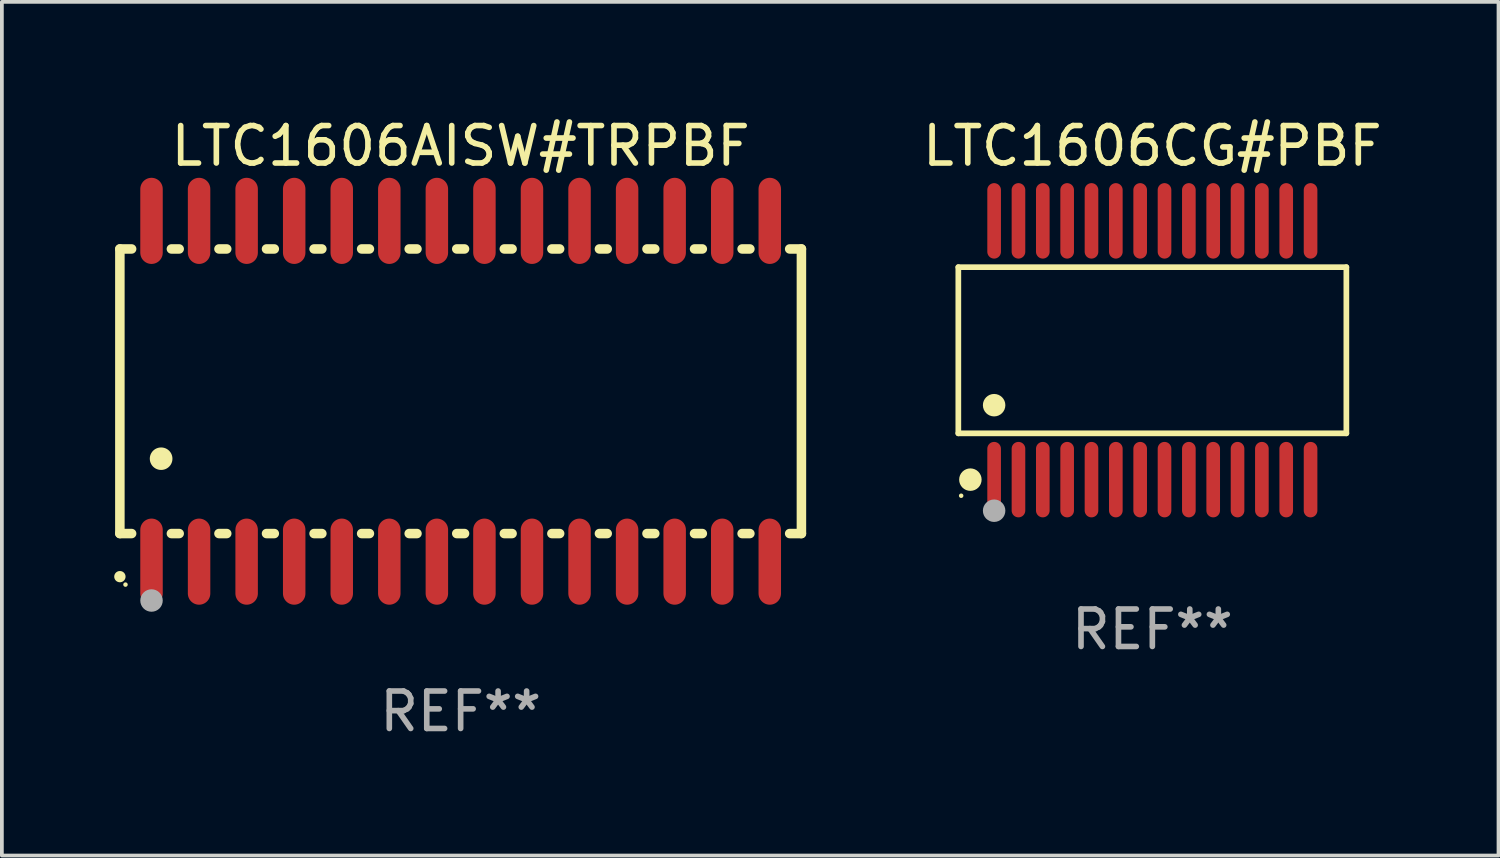
<source format=kicad_pcb>
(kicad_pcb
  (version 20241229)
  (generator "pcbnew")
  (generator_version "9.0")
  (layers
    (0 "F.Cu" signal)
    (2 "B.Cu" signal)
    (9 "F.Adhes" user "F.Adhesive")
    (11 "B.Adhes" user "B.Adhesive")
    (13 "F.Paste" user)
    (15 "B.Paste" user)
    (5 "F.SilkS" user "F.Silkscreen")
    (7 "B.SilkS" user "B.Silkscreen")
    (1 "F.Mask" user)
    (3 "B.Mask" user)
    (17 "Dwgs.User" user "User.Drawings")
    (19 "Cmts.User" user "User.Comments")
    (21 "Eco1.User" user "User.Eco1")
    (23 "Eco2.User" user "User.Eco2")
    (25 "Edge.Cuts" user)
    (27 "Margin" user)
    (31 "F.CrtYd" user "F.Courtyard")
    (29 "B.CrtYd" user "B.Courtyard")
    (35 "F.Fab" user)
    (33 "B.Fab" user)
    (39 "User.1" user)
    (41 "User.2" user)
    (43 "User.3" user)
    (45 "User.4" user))
  (footprint "LTC1606AISW#TRPBF"
    (layer "F.Cu")
    (at 9.251 7.398)
    (property "Reference" "LTC1606AISW#TRPBF" (at 0 -6.55 0) (layer "F.SilkS") (effects (font (size 1 1) (thickness 0.15))))
    (attr through_hole)
    (fp_line (start -9.1 -3.8) (end -9.1 3.8) (stroke (width 0.254) (type solid)) (layer "F.SilkS"))
    (fp_line (start -9.1 -3.8) (end -8.786 -3.8) (stroke (width 0.254) (type solid)) (layer "F.SilkS"))
    (fp_line (start -9.1 3.8) (end -8.786 3.8) (stroke (width 0.254) (type solid)) (layer "F.SilkS"))
    (fp_line (start -7.724 -3.8) (end -7.516 -3.8) (stroke (width 0.254) (type solid)) (layer "F.SilkS"))
    (fp_line (start -7.724 3.8) (end -7.516 3.8) (stroke (width 0.254) (type solid)) (layer "F.SilkS"))
    (fp_line (start -6.454 -3.8) (end -6.246 -3.8) (stroke (width 0.254) (type solid)) (layer "F.SilkS"))
    (fp_line (start -6.454 3.8) (end -6.246 3.8) (stroke (width 0.254) (type solid)) (layer "F.SilkS"))
    (fp_line (start -5.184 -3.8) (end -4.976 -3.8) (stroke (width 0.254) (type solid)) (layer "F.SilkS"))
    (fp_line (start -5.184 3.8) (end -4.976 3.8) (stroke (width 0.254) (type solid)) (layer "F.SilkS"))
    (fp_line (start -3.914 -3.8) (end -3.706 -3.8) (stroke (width 0.254) (type solid)) (layer "F.SilkS"))
    (fp_line (start -3.914 3.8) (end -3.706 3.8) (stroke (width 0.254) (type solid)) (layer "F.SilkS"))
    (fp_line (start -2.644 -3.8) (end -2.436 -3.8) (stroke (width 0.254) (type solid)) (layer "F.SilkS"))
    (fp_line (start -2.644 3.8) (end -2.436 3.8) (stroke (width 0.254) (type solid)) (layer "F.SilkS"))
    (fp_line (start -1.374 -3.8) (end -1.166 -3.8) (stroke (width 0.254) (type solid)) (layer "F.SilkS"))
    (fp_line (start -1.374 3.8) (end -1.166 3.8) (stroke (width 0.254) (type solid)) (layer "F.SilkS"))
    (fp_line (start -0.104 -3.8) (end 0.104 -3.8) (stroke (width 0.254) (type solid)) (layer "F.SilkS"))
    (fp_line (start -0.104 3.8) (end 0.104 3.8) (stroke (width 0.254) (type solid)) (layer "F.SilkS"))
    (fp_line (start 1.166 -3.8) (end 1.374 -3.8) (stroke (width 0.254) (type solid)) (layer "F.SilkS"))
    (fp_line (start 1.166 3.8) (end 1.374 3.8) (stroke (width 0.254) (type solid)) (layer "F.SilkS"))
    (fp_line (start 2.436 -3.8) (end 2.644 -3.8) (stroke (width 0.254) (type solid)) (layer "F.SilkS"))
    (fp_line (start 2.436 3.8) (end 2.644 3.8) (stroke (width 0.254) (type solid)) (layer "F.SilkS"))
    (fp_line (start 3.706 -3.8) (end 3.914 -3.8) (stroke (width 0.254) (type solid)) (layer "F.SilkS"))
    (fp_line (start 3.706 3.8) (end 3.914 3.8) (stroke (width 0.254) (type solid)) (layer "F.SilkS"))
    (fp_line (start 4.976 -3.8) (end 5.184 -3.8) (stroke (width 0.254) (type solid)) (layer "F.SilkS"))
    (fp_line (start 4.976 3.8) (end 5.184 3.8) (stroke (width 0.254) (type solid)) (layer "F.SilkS"))
    (fp_line (start 6.246 -3.8) (end 6.454 -3.8) (stroke (width 0.254) (type solid)) (layer "F.SilkS"))
    (fp_line (start 6.246 3.8) (end 6.454 3.8) (stroke (width 0.254) (type solid)) (layer "F.SilkS"))
    (fp_line (start 7.516 -3.8) (end 7.724 -3.8) (stroke (width 0.254) (type solid)) (layer "F.SilkS"))
    (fp_line (start 7.516 3.8) (end 7.724 3.8) (stroke (width 0.254) (type solid)) (layer "F.SilkS"))
    (fp_line (start 8.786 -3.8) (end 9.1 -3.8) (stroke (width 0.254) (type solid)) (layer "F.SilkS"))
    (fp_line (start 8.786 3.8) (end 9.1 3.8) (stroke (width 0.254) (type solid)) (layer "F.SilkS"))
    (fp_line (start 9.1 -3.8) (end 9.1 3.8) (stroke (width 0.254) (type solid)) (layer "F.SilkS"))
    (fp_arc (start -9.100864 4.95047) (mid -9.099594 4.950465) (end -9.098324 4.95047) (stroke (width 0.3) (type solid)) (layer "F.SilkS"))
    (fp_arc (start -8.001041 1.800864) (mid -7.998501 1.800853) (end -7.995961 1.800864) (stroke (width 0.6) (type solid)) (layer "F.SilkS"))
    (fp_circle (center -8.95 5.163) (end -8.92 5.163) (stroke (width 0.06) (type solid)) (fill no) (layer "F.SilkS"))
    (fp_circle (center -8.255 5.588) (end -8.105 5.588) (stroke (width 0.3) (type solid)) (fill no) (layer "F.Fab"))
    (fp_text user "REF**" (at 0 8.55 0) (layer "F.Fab") (effects (font (size 1 1) (thickness 0.15))))
    (pad "1" smd oval (at -8.255 4.55 180) (size 0.6 2.3) (layers "F.Cu" "F.Mask" "F.Paste"))
    (pad "2" smd oval (at -6.985 4.55 180) (size 0.6 2.3) (layers "F.Cu" "F.Mask" "F.Paste"))
    (pad "3" smd oval (at -5.715 4.55 180) (size 0.6 2.3) (layers "F.Cu" "F.Mask" "F.Paste"))
    (pad "4" smd oval (at -4.445 4.55 180) (size 0.6 2.3) (layers "F.Cu" "F.Mask" "F.Paste"))
    (pad "5" smd oval (at -3.175 4.55 180) (size 0.6 2.3) (layers "F.Cu" "F.Mask" "F.Paste"))
    (pad "6" smd oval (at -1.905 4.55 180) (size 0.6 2.3) (layers "F.Cu" "F.Mask" "F.Paste"))
    (pad "7" smd oval (at -0.635 4.55 180) (size 0.6 2.3) (layers "F.Cu" "F.Mask" "F.Paste"))
    (pad "8" smd oval (at 0.635 4.55 180) (size 0.6 2.3) (layers "F.Cu" "F.Mask" "F.Paste"))
    (pad "9" smd oval (at 1.905 4.55 180) (size 0.6 2.3) (layers "F.Cu" "F.Mask" "F.Paste"))
    (pad "10" smd oval (at 3.175 4.55 180) (size 0.6 2.3) (layers "F.Cu" "F.Mask" "F.Paste"))
    (pad "11" smd oval (at 4.445 4.55 180) (size 0.6 2.3) (layers "F.Cu" "F.Mask" "F.Paste"))
    (pad "12" smd oval (at 5.715 4.55 180) (size 0.6 2.3) (layers "F.Cu" "F.Mask" "F.Paste"))
    (pad "13" smd oval (at 6.985 4.55 180) (size 0.6 2.3) (layers "F.Cu" "F.Mask" "F.Paste"))
    (pad "14" smd oval (at 8.255 4.55 180) (size 0.6 2.3) (layers "F.Cu" "F.Mask" "F.Paste"))
    (pad "15" smd oval (at 8.255 -4.55 180) (size 0.6 2.3) (layers "F.Cu" "F.Mask" "F.Paste"))
    (pad "16" smd oval (at 6.985 -4.55 180) (size 0.6 2.3) (layers "F.Cu" "F.Mask" "F.Paste"))
    (pad "17" smd oval (at 5.715 -4.55 180) (size 0.6 2.3) (layers "F.Cu" "F.Mask" "F.Paste"))
    (pad "18" smd oval (at 4.445 -4.55 180) (size 0.6 2.3) (layers "F.Cu" "F.Mask" "F.Paste"))
    (pad "19" smd oval (at 3.175 -4.55 180) (size 0.6 2.3) (layers "F.Cu" "F.Mask" "F.Paste"))
    (pad "20" smd oval (at 1.905 -4.55 180) (size 0.6 2.3) (layers "F.Cu" "F.Mask" "F.Paste"))
    (pad "21" smd oval (at 0.635 -4.55 180) (size 0.6 2.3) (layers "F.Cu" "F.Mask" "F.Paste"))
    (pad "22" smd oval (at -0.635 -4.55 180) (size 0.6 2.3) (layers "F.Cu" "F.Mask" "F.Paste"))
    (pad "23" smd oval (at -1.905 -4.55 180) (size 0.6 2.3) (layers "F.Cu" "F.Mask" "F.Paste"))
    (pad "24" smd oval (at -3.175 -4.55 180) (size 0.6 2.3) (layers "F.Cu" "F.Mask" "F.Paste"))
    (pad "25" smd oval (at -4.445 -4.55 180) (size 0.6 2.3) (layers "F.Cu" "F.Mask" "F.Paste"))
    (pad "26" smd oval (at -5.715 -4.55 180) (size 0.6 2.3) (layers "F.Cu" "F.Mask" "F.Paste"))
    (pad "27" smd oval (at -6.985 -4.55 180) (size 0.6 2.3) (layers "F.Cu" "F.Mask" "F.Paste"))
    (pad "28" smd oval (at -8.255 -4.55 180) (size 0.6 2.3) (layers "F.Cu" "F.Mask" "F.Paste")))
  (footprint "LTC1606CG#PBF"
    (layer "F.Cu")
    (at 27.722 6.303)
    (property "Reference" "LTC1606CG#PBF" (at 0 -5.455 0) (layer "F.SilkS") (effects (font (size 1 1) (thickness 0.15))))
    (attr through_hole)
    (fp_line (start -5.181 -2.219) (end 5.181 -2.219) (stroke (width 0.152) (type solid)) (layer "F.SilkS"))
    (fp_line (start -5.181 2.219) (end -5.181 -2.219) (stroke (width 0.152) (type solid)) (layer "F.SilkS"))
    (fp_line (start 5.181 -2.219) (end 5.181 2.219) (stroke (width 0.152) (type solid)) (layer "F.SilkS"))
    (fp_line (start 5.181 2.219) (end -5.181 2.219) (stroke (width 0.152) (type solid)) (layer "F.SilkS"))
    (fp_circle (center -5.105 3.885) (end -5.075 3.885) (stroke (width 0.06) (type solid)) (fill no) (layer "F.SilkS"))
    (fp_circle (center -4.859 3.455) (end -4.709 3.455) (stroke (width 0.3) (type solid)) (fill no) (layer "F.SilkS"))
    (fp_circle (center -4.225 1.467) (end -4.075 1.467) (stroke (width 0.3) (type solid)) (fill no) (layer "F.SilkS"))
    (fp_circle (center -4.225 4.285) (end -4.075 4.285) (stroke (width 0.3) (type solid)) (fill no) (layer "F.Fab"))
    (fp_text user "REF**" (at 0 7.455 0) (layer "F.Fab") (effects (font (size 1 1) (thickness 0.15))))
    (pad "1" smd oval (at -4.225 3.455) (size 0.364 2.015) (layers "F.Cu" "F.Mask" "F.Paste"))
    (pad "2" smd oval (at -3.575 3.455) (size 0.364 2.015) (layers "F.Cu" "F.Mask" "F.Paste"))
    (pad "3" smd oval (at -2.925 3.455) (size 0.364 2.015) (layers "F.Cu" "F.Mask" "F.Paste"))
    (pad "4" smd oval (at -2.275 3.455) (size 0.364 2.015) (layers "F.Cu" "F.Mask" "F.Paste"))
    (pad "5" smd oval (at -1.625 3.455) (size 0.364 2.015) (layers "F.Cu" "F.Mask" "F.Paste"))
    (pad "6" smd oval (at -0.975 3.455) (size 0.364 2.015) (layers "F.Cu" "F.Mask" "F.Paste"))
    (pad "7" smd oval (at -0.325 3.455) (size 0.364 2.015) (layers "F.Cu" "F.Mask" "F.Paste"))
    (pad "8" smd oval (at 0.325 3.455) (size 0.364 2.015) (layers "F.Cu" "F.Mask" "F.Paste"))
    (pad "9" smd oval (at 0.975 3.455) (size 0.364 2.015) (layers "F.Cu" "F.Mask" "F.Paste"))
    (pad "10" smd oval (at 1.625 3.455) (size 0.364 2.015) (layers "F.Cu" "F.Mask" "F.Paste"))
    (pad "11" smd oval (at 2.275 3.455) (size 0.364 2.015) (layers "F.Cu" "F.Mask" "F.Paste"))
    (pad "12" smd oval (at 2.925 3.455) (size 0.364 2.015) (layers "F.Cu" "F.Mask" "F.Paste"))
    (pad "13" smd oval (at 3.575 3.455) (size 0.364 2.015) (layers "F.Cu" "F.Mask" "F.Paste"))
    (pad "14" smd oval (at 4.225 3.455) (size 0.364 2.015) (layers "F.Cu" "F.Mask" "F.Paste"))
    (pad "15" smd oval (at 4.225 -3.455) (size 0.364 2.015) (layers "F.Cu" "F.Mask" "F.Paste"))
    (pad "16" smd oval (at 3.575 -3.455) (size 0.364 2.015) (layers "F.Cu" "F.Mask" "F.Paste"))
    (pad "17" smd oval (at 2.925 -3.455) (size 0.364 2.015) (layers "F.Cu" "F.Mask" "F.Paste"))
    (pad "18" smd oval (at 2.275 -3.455) (size 0.364 2.015) (layers "F.Cu" "F.Mask" "F.Paste"))
    (pad "19" smd oval (at 1.625 -3.455) (size 0.364 2.015) (layers "F.Cu" "F.Mask" "F.Paste"))
    (pad "20" smd oval (at 0.975 -3.455) (size 0.364 2.015) (layers "F.Cu" "F.Mask" "F.Paste"))
    (pad "21" smd oval (at 0.325 -3.455) (size 0.364 2.015) (layers "F.Cu" "F.Mask" "F.Paste"))
    (pad "22" smd oval (at -0.325 -3.455) (size 0.364 2.015) (layers "F.Cu" "F.Mask" "F.Paste"))
    (pad "23" smd oval (at -0.975 -3.455) (size 0.364 2.015) (layers "F.Cu" "F.Mask" "F.Paste"))
    (pad "24" smd oval (at -1.625 -3.455) (size 0.364 2.015) (layers "F.Cu" "F.Mask" "F.Paste"))
    (pad "25" smd oval (at -2.275 -3.455) (size 0.364 2.015) (layers "F.Cu" "F.Mask" "F.Paste"))
    (pad "26" smd oval (at -2.925 -3.455) (size 0.364 2.015) (layers "F.Cu" "F.Mask" "F.Paste"))
    (pad "27" smd oval (at -3.575 -3.455) (size 0.364 2.015) (layers "F.Cu" "F.Mask" "F.Paste"))
    (pad "28" smd oval (at -4.225 -3.455) (size 0.364 2.015) (layers "F.Cu" "F.Mask" "F.Paste")))
  (gr_rect
    (start -3 -3)
    (end 36.966 19.796)
    (stroke (width 0.1) (type default))
    (fill no)
    (layer "Edge.Cuts")))
</source>
